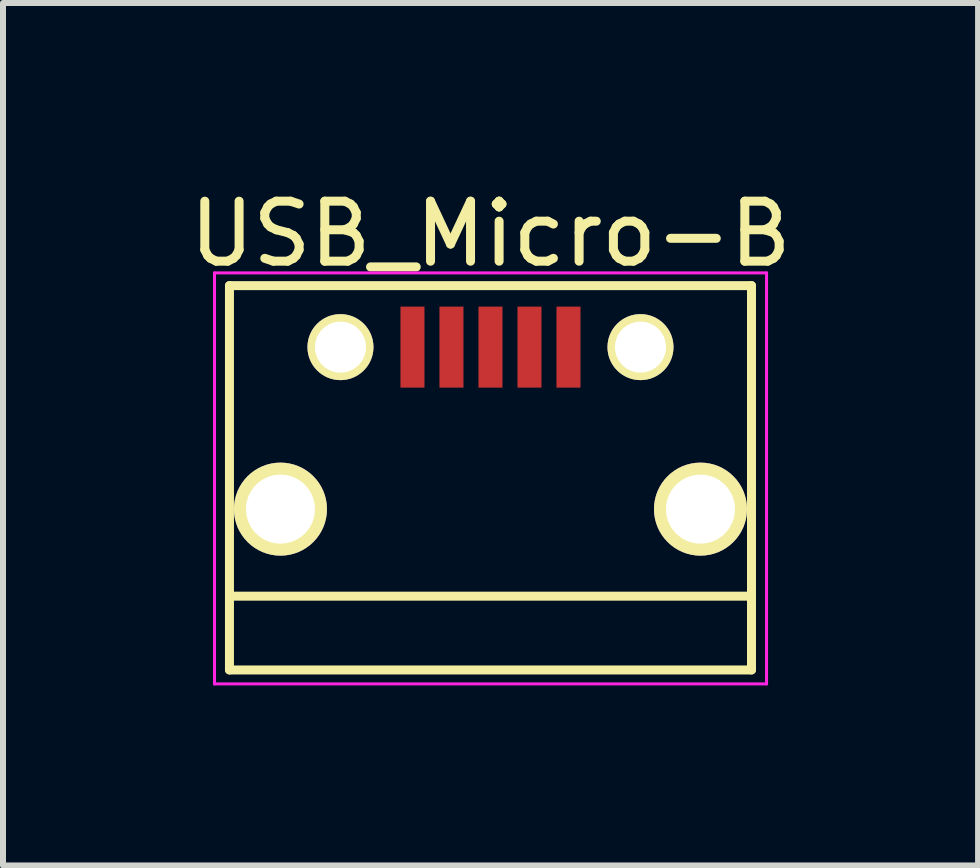
<source format=kicad_pcb>
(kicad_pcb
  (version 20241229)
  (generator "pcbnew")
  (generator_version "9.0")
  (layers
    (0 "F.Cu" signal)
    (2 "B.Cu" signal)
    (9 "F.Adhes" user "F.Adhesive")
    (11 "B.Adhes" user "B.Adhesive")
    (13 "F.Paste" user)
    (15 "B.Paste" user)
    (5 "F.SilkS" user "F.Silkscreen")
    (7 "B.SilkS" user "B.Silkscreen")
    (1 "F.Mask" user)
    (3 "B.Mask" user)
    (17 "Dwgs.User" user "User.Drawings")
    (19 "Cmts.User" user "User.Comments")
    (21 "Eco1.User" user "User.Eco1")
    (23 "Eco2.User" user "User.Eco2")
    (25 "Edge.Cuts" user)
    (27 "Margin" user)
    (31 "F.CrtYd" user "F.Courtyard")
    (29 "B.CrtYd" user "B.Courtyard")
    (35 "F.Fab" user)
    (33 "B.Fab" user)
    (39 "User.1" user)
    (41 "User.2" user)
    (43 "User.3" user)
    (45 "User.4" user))
  (footprint "USB_Micro-B"
    (layer "F.Cu")
    (at 5.125 4.298)
    (property "Reference" "USB_Micro-B" (at 0 -3.45 0) (layer "F.SilkS") (effects (font (size 1 1) (thickness 0.15))))
    (attr smd)
    (fp_line (start -4.351 -2.588) (end 4.349 -2.588) (stroke (width 0.15) (type solid)) (layer "F.SilkS"))
    (fp_line (start -4.351 3.817) (end -4.351 -2.588) (stroke (width 0.15) (type solid)) (layer "F.SilkS"))
    (fp_line (start -4.351 3.817) (end 4.349 3.817) (stroke (width 0.15) (type solid)) (layer "F.SilkS"))
    (fp_line (start 4.349 -2.588) (end 4.349 3.817) (stroke (width 0.15) (type solid)) (layer "F.SilkS"))
    (fp_line (start 4.349 2.587) (end -4.351 2.587) (stroke (width 0.15) (type solid)) (layer "F.SilkS"))
    (fp_line (start -4.6 -2.8) (end 4.6 -2.8) (stroke (width 0.05) (type solid)) (layer "F.CrtYd"))
    (fp_line (start -4.6 4.05) (end -4.6 -2.8) (stroke (width 0.05) (type solid)) (layer "F.CrtYd"))
    (fp_line (start 4.6 -2.8) (end 4.6 4.05) (stroke (width 0.05) (type solid)) (layer "F.CrtYd"))
    (fp_line (start 4.6 4.05) (end -4.6 4.05) (stroke (width 0.05) (type solid)) (layer "F.CrtYd"))
    (pad "1" smd rect (at -1.301 -1.563 90) (size 1.35 0.4) (layers "F.Cu" "F.Mask" "F.Paste"))
    (pad "2" smd rect (at -0.651 -1.563 90) (size 1.35 0.4) (layers "F.Cu" "F.Mask" "F.Paste"))
    (pad "3" smd rect (at -0.001 -1.563 90) (size 1.35 0.4) (layers "F.Cu" "F.Mask" "F.Paste"))
    (pad "4" smd rect (at 0.649 -1.563 90) (size 1.35 0.4) (layers "F.Cu" "F.Mask" "F.Paste"))
    (pad "5" smd rect (at 1.299 -1.563 90) (size 1.35 0.4) (layers "F.Cu" "F.Mask" "F.Paste"))
    (pad "6" thru_hole circle (at -3.501 1.137 90) (size 1.55 1.55) (drill 1.15) (layers "*.Cu" "*.Mask" "F.SilkS"))
    (pad "6" thru_hole circle (at -2.501 -1.563 90) (size 1.1 1.1) (drill 0.85) (layers "*.Cu" "*.Mask" "F.SilkS"))
    (pad "6" thru_hole circle (at 2.499 -1.563 90) (size 1.1 1.1) (drill 0.85) (layers "*.Cu" "*.Mask" "F.SilkS"))
    (pad "6" thru_hole circle (at 3.499 1.137 90) (size 1.55 1.55) (drill 1.15) (layers "*.Cu" "*.Mask" "F.SilkS")))
  (gr_rect
    (start -3 -3)
    (end 13.25 11.373)
    (stroke (width 0.1) (type default))
    (fill no)
    (layer "Edge.Cuts")))
</source>
